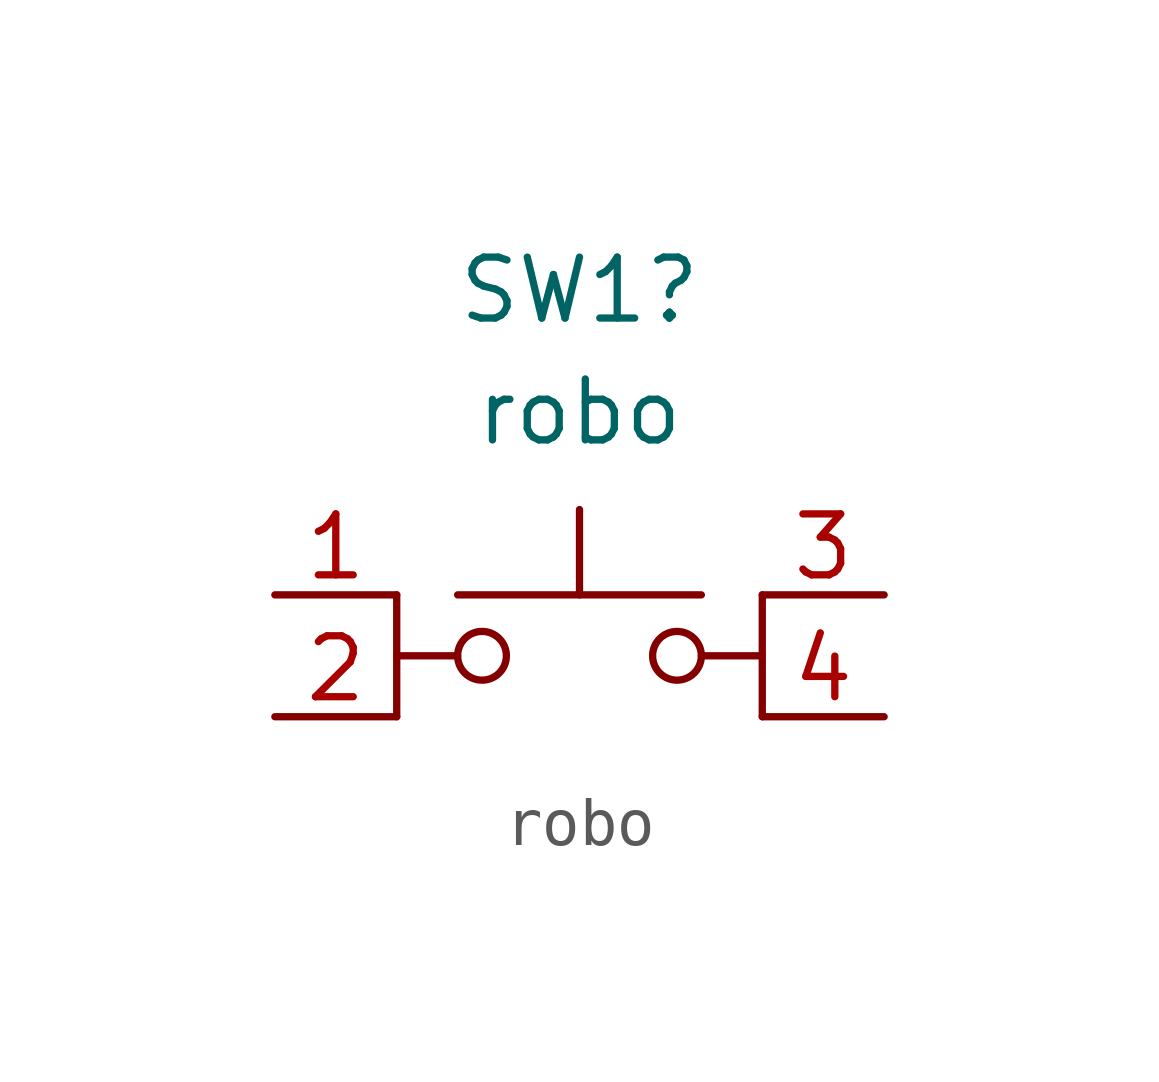
<source format=kicad_sym>
(kicad_symbol_lib
  (version 20211014)
  (generator kicad_symbol_editor)
  (symbol "robo"
    (pin_names
      (offset 1.016) hide)
    (property "Reference" "SW1"
      (at 0 7.62 0)
      (effects (font (size 1.27 1.27))))
    (property "Value" "robo"
      (at 0 5.08 0)
      (effects (font (size 1.27 1.27))))
    (symbol "robo_0_1"
      (circle (center -2.032 0) (radius 0.508) (stroke (width 0) (type default) (color 0 0 0 0)) (fill (type none)))
      (polyline (pts (xy -3.81 -1.27) (xy -3.81 1.27)) (stroke (width 0) (type default) (color 0 0 0 0)) (fill (type none)))
      (polyline (pts (xy -3.81 0) (xy -2.54 0)) (stroke (width 0) (type default) (color 0 0 0 0)) (fill (type none)))
      (polyline (pts (xy 0 1.27) (xy 0 3.048)) (stroke (width 0) (type default) (color 0 0 0 0)) (fill (type none)))
      (polyline (pts (xy 2.54 0) (xy 3.81 0)) (stroke (width 0) (type default) (color 0 0 0 0)) (fill (type none)))
      (polyline (pts (xy 2.54 1.27) (xy -2.54 1.27)) (stroke (width 0) (type default) (color 0 0 0 0)) (fill (type none)))
      (polyline (pts (xy 3.81 -1.27) (xy 3.81 1.27)) (stroke (width 0) (type default) (color 0 0 0 0)) (fill (type none)))
      (circle (center 2.032 0) (radius 0.508) (stroke (width 0) (type default) (color 0 0 0 0)) (fill (type none)))
      (pin passive line (at -6.35 1.27 0) (length 2.54) (name "1" (effects (font (size 1.27 1.27)))) (number "1" (effects (font (size 1.27 1.27)))))
      (pin passive line (at -6.35 -1.27 0) (length 2.54) (name "2" (effects (font (size 1.27 1.27)))) (number "2" (effects (font (size 1.27 1.27)))))
      (pin passive line (at 6.35 1.27 180) (length 2.54) (name "3" (effects (font (size 1.27 1.27)))) (number "3" (effects (font (size 1.27 1.27)))))
      (pin passive line (at 6.35 -1.27 180) (length 2.54) (name "4" (effects (font (size 1.27 1.27)))) (number "4" (effects (font (size 1.27 1.27))))))))
</source>
